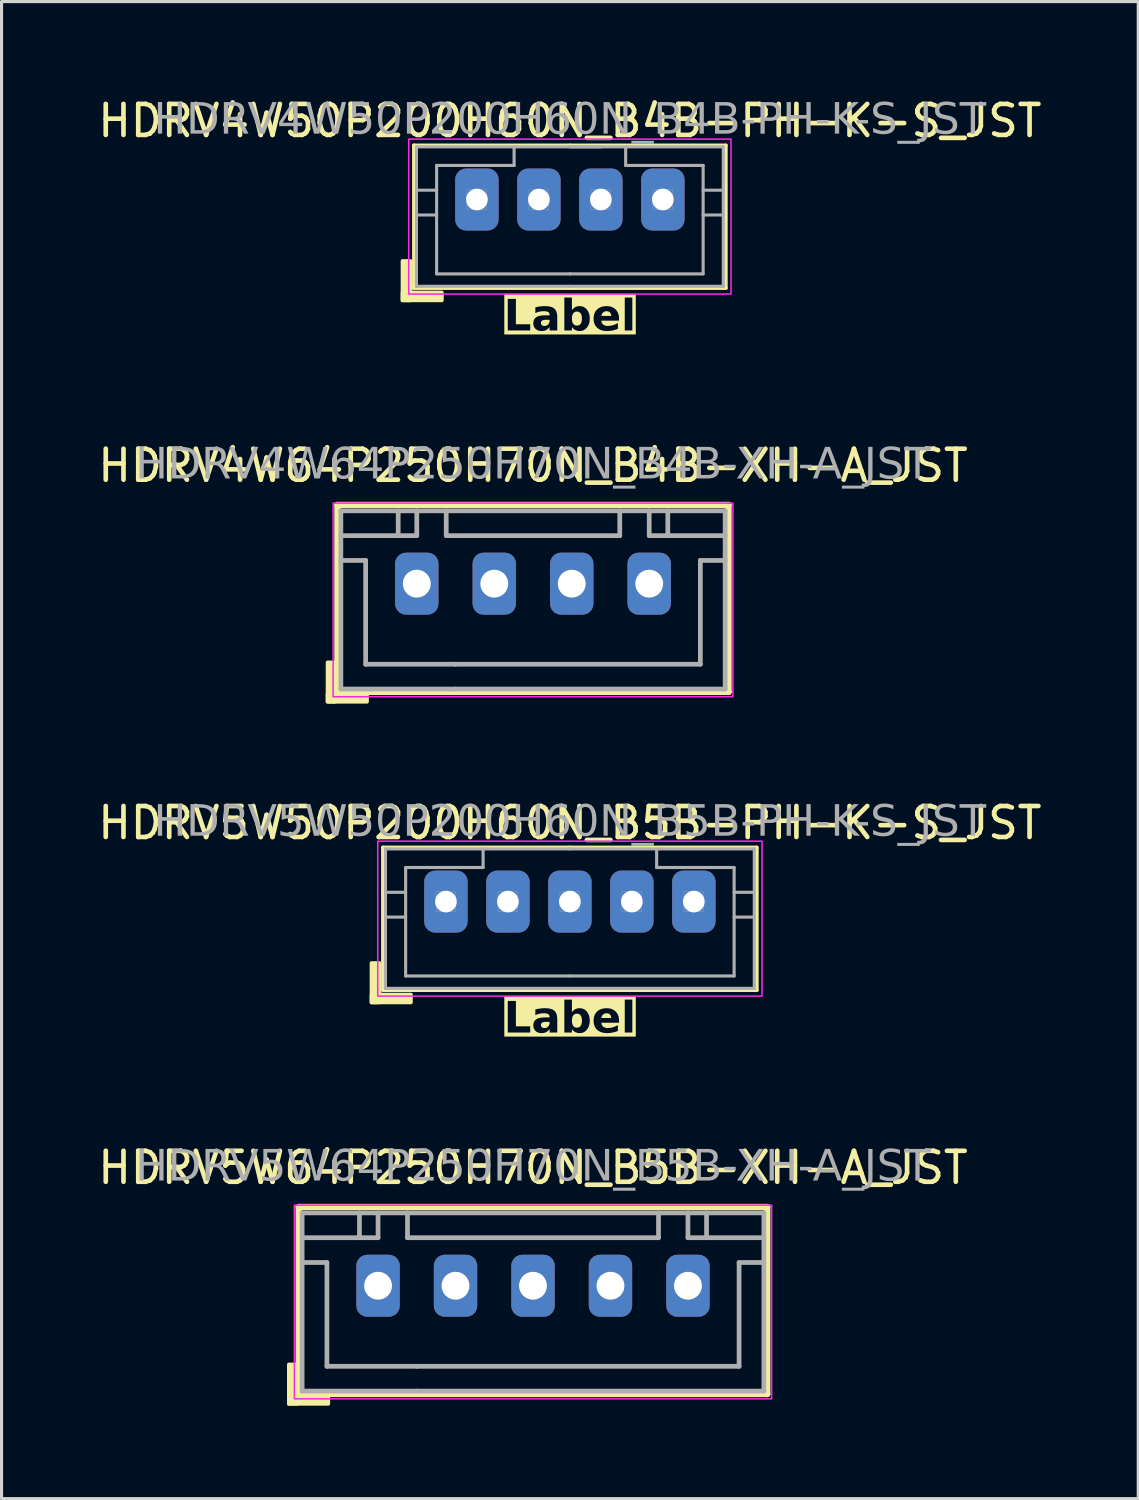
<source format=kicad_pcb>
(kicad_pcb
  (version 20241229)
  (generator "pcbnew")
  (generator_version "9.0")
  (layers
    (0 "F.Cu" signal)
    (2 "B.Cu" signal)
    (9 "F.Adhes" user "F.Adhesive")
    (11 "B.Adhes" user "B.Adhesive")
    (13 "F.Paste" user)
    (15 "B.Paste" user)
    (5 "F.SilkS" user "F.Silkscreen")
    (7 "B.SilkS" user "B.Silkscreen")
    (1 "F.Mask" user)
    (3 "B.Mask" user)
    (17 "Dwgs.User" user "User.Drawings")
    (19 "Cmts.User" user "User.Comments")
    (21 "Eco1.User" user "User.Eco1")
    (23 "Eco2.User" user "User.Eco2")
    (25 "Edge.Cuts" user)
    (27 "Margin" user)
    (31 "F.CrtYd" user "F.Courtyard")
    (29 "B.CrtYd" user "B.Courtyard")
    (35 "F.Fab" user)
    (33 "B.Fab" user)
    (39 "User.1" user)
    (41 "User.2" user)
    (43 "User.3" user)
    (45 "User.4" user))
  (footprint "HDRV5W50P200H60N_B5B-PH-K-S_JST"
    (layer "F.Cu")
    (at 15.339 26.043)
    (property "Reference" "HDRV5W50P200H60N_B5B-PH-K-S_JST" (at 0 -2.54 0) (layer "F.SilkS") (effects (font (size 1 1) (thickness 0.15))))
    (property "Label" "Label" (at 0 3.81 0) (layer "F.SilkS" knockout) (effects (font (face "Tahoma") (size 1 1) (thickness 0.2) (bold yes))))
    (attr through_hole)
    (fp_line (start -6.032 2.857) (end -6.032 -1.746) (stroke (width 0.12) (type solid)) (layer "F.SilkS"))
    (fp_line (start -6.032 2.857) (end 0 2.857) (stroke (width 0.12) (type solid)) (layer "F.SilkS"))
    (fp_line (start 0 -1.746) (end -6.032 -1.746) (stroke (width 0.12) (type solid)) (layer "F.SilkS"))
    (fp_line (start 0 -1.746) (end 6.032 -1.746) (stroke (width 0.12) (type solid)) (layer "F.SilkS"))
    (fp_line (start 6.032 2.857) (end 0 2.857) (stroke (width 0.12) (type solid)) (layer "F.SilkS"))
    (fp_line (start 6.032 2.857) (end 6.032 -1.746) (stroke (width 0.12) (type solid)) (layer "F.SilkS"))
    (fp_rect (start -6.146 1.984) (end -6.4 3.254) (stroke (width 0.12) (type solid)) (fill yes) (layer "F.SilkS"))
    (fp_rect (start -5.13 3.254) (end -6.4 3) (stroke (width 0.12) (type solid)) (fill yes) (layer "F.SilkS"))
    (fp_rect (start -6.2 -1.95) (end 6.2 3.05) (stroke (width 0.05) (type default)) (fill no) (layer "F.CrtYd"))
    (fp_line (start -5.95 -1.7) (end -5.95 2.8) (stroke (width 0.1) (type solid)) (layer "F.Fab"))
    (fp_line (start -5.95 -1.7) (end 0 -1.7) (stroke (width 0.1) (type solid)) (layer "F.Fab"))
    (fp_line (start -5.95 -0.3) (end -5.3 -0.3) (stroke (width 0.1) (type solid)) (layer "F.Fab"))
    (fp_line (start -5.95 0.5) (end -5.3 0.5) (stroke (width 0.1) (type solid)) (layer "F.Fab"))
    (fp_line (start -5.3 -1.1) (end -5.3 2.4) (stroke (width 0.1) (type solid)) (layer "F.Fab"))
    (fp_line (start -2.8 -1.1) (end -5.3 -1.1) (stroke (width 0.1) (type solid)) (layer "F.Fab"))
    (fp_line (start -2.8 -1.1) (end -2.8 -1.7) (stroke (width 0.1) (type solid)) (layer "F.Fab"))
    (fp_line (start 0 2.4) (end -5.3 2.4) (stroke (width 0.1) (type solid)) (layer "F.Fab"))
    (fp_line (start 0 2.4) (end 5.3 2.4) (stroke (width 0.1) (type solid)) (layer "F.Fab"))
    (fp_line (start 0 2.8) (end -5.95 2.8) (stroke (width 0.1) (type solid)) (layer "F.Fab"))
    (fp_line (start 0 2.8) (end 5.95 2.8) (stroke (width 0.1) (type solid)) (layer "F.Fab"))
    (fp_line (start 2.8 -1.1) (end 2.8 -1.7) (stroke (width 0.1) (type solid)) (layer "F.Fab"))
    (fp_line (start 2.8 -1.1) (end 5.3 -1.1) (stroke (width 0.1) (type solid)) (layer "F.Fab"))
    (fp_line (start 5.3 -1.1) (end 5.3 2.4) (stroke (width 0.1) (type solid)) (layer "F.Fab"))
    (fp_line (start 5.95 -1.7) (end 0 -1.7) (stroke (width 0.1) (type solid)) (layer "F.Fab"))
    (fp_line (start 5.95 -1.7) (end 5.95 2.8) (stroke (width 0.1) (type solid)) (layer "F.Fab"))
    (fp_line (start 5.95 -0.3) (end 5.3 -0.3) (stroke (width 0.1) (type solid)) (layer "F.Fab"))
    (fp_line (start 5.95 0.5) (end 5.3 0.5) (stroke (width 0.1) (type solid)) (layer "F.Fab"))
    (fp_rect (start -4.32 -0.32) (end -3.68 0.32) (stroke (width 0.01) (type solid)) (fill no) (layer "F.Fab"))
    (fp_rect (start -1.68 -0.32) (end -2.32 0.32) (stroke (width 0.01) (type solid)) (fill no) (layer "F.Fab"))
    (fp_rect (start 0.32 -0.32) (end -0.32 0.32) (stroke (width 0.01) (type solid)) (fill no) (layer "F.Fab"))
    (fp_rect (start 2.32 -0.32) (end 1.68 0.32) (stroke (width 0.01) (type solid)) (fill no) (layer "F.Fab"))
    (fp_rect (start 4.32 -0.32) (end 3.68 0.32) (stroke (width 0.01) (type solid)) (fill no) (layer "F.Fab"))
    (fp_text user "${REFERENCE}" (at 0 -2.54 0) (layer "F.Fab") (effects (font (face "Tahoma") (size 1 1) (thickness 0.15))))
    (pad "1" thru_hole roundrect (at -4 0) (size 1.4 2) (drill 0.7) (layers "*.Cu" "*.Mask") (roundrect_rratio 0.25))
    (pad "2" thru_hole roundrect (at -2 0) (size 1.4 2) (drill 0.7) (layers "*.Cu" "*.Mask") (roundrect_rratio 0.25))
    (pad "3" thru_hole roundrect (at 0 0) (size 1.4 2) (drill 0.7) (layers "*.Cu" "*.Mask") (roundrect_rratio 0.25))
    (pad "4" thru_hole roundrect (at 2 0) (size 1.4 2) (drill 0.7) (layers "*.Cu" "*.Mask") (roundrect_rratio 0.25))
    (pad "5" thru_hole roundrect (at 4 0) (size 1.4 2) (drill 0.7) (layers "*.Cu" "*.Mask") (roundrect_rratio 0.25)))
  (footprint "HDRV5W64P250H70N_B5B-XH-A_JST"
    (layer "F.Cu")
    (at 14.149 38.439)
    (property "Reference" "HDRV5W64P250H70N_B5B-XH-A_JST" (at 0 -3.81 0) (layer "F.SilkS") (effects (font (size 1 1) (thickness 0.15))))
    (attr through_hole exclude_from_pos_files exclude_from_bom)
    (fp_line (start -7.56 -2.54) (end 7.56 -2.54) (stroke (width 0.203) (type solid)) (layer "F.SilkS"))
    (fp_line (start -7.56 3.493) (end -7.56 -2.54) (stroke (width 0.203) (type solid)) (layer "F.SilkS"))
    (fp_line (start 7.56 3.493) (end -7.56 3.493) (stroke (width 0.203) (type solid)) (layer "F.SilkS"))
    (fp_line (start 7.56 3.493) (end 7.56 -2.54) (stroke (width 0.203) (type solid)) (layer "F.SilkS"))
    (fp_rect (start -7.623 2.54) (end -7.878 3.81) (stroke (width 0.12) (type solid)) (fill yes) (layer "F.SilkS"))
    (fp_rect (start -6.607 3.81) (end -7.878 3.556) (stroke (width 0.12) (type solid)) (fill yes) (layer "F.SilkS"))
    (fp_rect (start -7.7 -2.6) (end 7.7 3.65) (stroke (width 0.05) (type default)) (fill no) (layer "F.CrtYd"))
    (fp_line (start -7.45 -2.35) (end -7.45 3.4) (stroke (width 0.152) (type solid)) (layer "F.Fab"))
    (fp_line (start -7.45 -0.75) (end -6.65 -0.75) (stroke (width 0.152) (type solid)) (layer "F.Fab"))
    (fp_line (start -6.65 -0.75) (end -6.65 2.6) (stroke (width 0.152) (type solid)) (layer "F.Fab"))
    (fp_line (start -5.6 -1.55) (end -5.6 -2.35) (stroke (width 0.152) (type solid)) (layer "F.Fab"))
    (fp_line (start -5 -1.55) (end -7.45 -1.55) (stroke (width 0.152) (type solid)) (layer "F.Fab"))
    (fp_line (start -5 -1.55) (end -5 -2.35) (stroke (width 0.152) (type solid)) (layer "F.Fab"))
    (fp_line (start -4.05 -1.55) (end -4.05 -2.35) (stroke (width 0.152) (type solid)) (layer "F.Fab"))
    (fp_line (start -4.05 -1.55) (end 4.05 -1.55) (stroke (width 0.152) (type solid)) (layer "F.Fab"))
    (fp_line (start -3.75 2.6) (end -6.65 2.6) (stroke (width 0.152) (type solid)) (layer "F.Fab"))
    (fp_line (start -3.75 2.6) (end 6.65 2.6) (stroke (width 0.152) (type solid)) (layer "F.Fab"))
    (fp_line (start -3.75 3.4) (end -7.45 3.4) (stroke (width 0.152) (type solid)) (layer "F.Fab"))
    (fp_line (start -3.75 3.4) (end 7.45 3.4) (stroke (width 0.152) (type solid)) (layer "F.Fab"))
    (fp_line (start 4.05 -2.35) (end 4.05 -1.55) (stroke (width 0.152) (type solid)) (layer "F.Fab"))
    (fp_line (start 5 -1.55) (end 5 -2.35) (stroke (width 0.152) (type solid)) (layer "F.Fab"))
    (fp_line (start 5 -1.55) (end 7.45 -1.55) (stroke (width 0.152) (type solid)) (layer "F.Fab"))
    (fp_line (start 5.6 -1.55) (end 5.6 -2.35) (stroke (width 0.152) (type solid)) (layer "F.Fab"))
    (fp_line (start 6.65 -0.75) (end 6.65 2.6) (stroke (width 0.152) (type solid)) (layer "F.Fab"))
    (fp_line (start 7.45 -2.35) (end -7.45 -2.35) (stroke (width 0.152) (type solid)) (layer "F.Fab"))
    (fp_line (start 7.45 -2.35) (end 7.45 3.4) (stroke (width 0.152) (type solid)) (layer "F.Fab"))
    (fp_line (start 7.45 -0.75) (end 6.65 -0.75) (stroke (width 0.152) (type solid)) (layer "F.Fab"))
    (fp_rect (start -5.32 -0.32) (end -4.68 0.32) (stroke (width 0.01) (type solid)) (fill no) (layer "F.Fab"))
    (fp_rect (start -2.18 -0.32) (end -2.82 0.32) (stroke (width 0.01) (type solid)) (fill no) (layer "F.Fab"))
    (fp_rect (start 0.32 -0.32) (end -0.32 0.32) (stroke (width 0.01) (type solid)) (fill no) (layer "F.Fab"))
    (fp_rect (start 2.82 -0.32) (end 2.18 0.32) (stroke (width 0.01) (type solid)) (fill no) (layer "F.Fab"))
    (fp_rect (start 5.32 -0.32) (end 4.68 0.32) (stroke (width 0.01) (type solid)) (fill no) (layer "F.Fab"))
    (fp_text user "${REFERENCE}" (at 0 -3.81 0) (layer "F.Fab") (effects (font (face "Tahoma") (size 1 1) (thickness 0.15))))
    (pad "1" thru_hole roundrect (at -5 0) (size 1.4 2) (drill 0.9) (layers "*.Cu" "*.Mask") (roundrect_rratio 0.25))
    (pad "2" thru_hole roundrect (at -2.5 0) (size 1.4 2) (drill 0.9) (layers "*.Cu" "*.Mask") (roundrect_rratio 0.25))
    (pad "3" thru_hole roundrect (at 0 0) (size 1.4 2) (drill 0.9) (layers "*.Cu" "*.Mask") (roundrect_rratio 0.25))
    (pad "4" thru_hole roundrect (at 2.5 0) (size 1.4 2) (drill 0.9) (layers "*.Cu" "*.Mask") (roundrect_rratio 0.25))
    (pad "5" thru_hole roundrect (at 5 0) (size 1.4 2) (drill 0.9) (layers "*.Cu" "*.Mask") (roundrect_rratio 0.25)))
  (footprint "HDRV4W50P200H60N_B4B-PH-K-S_JST"
    (layer "F.Cu")
    (at 15.339 3.388)
    (property "Reference" "HDRV4W50P200H60N_B4B-PH-K-S_JST" (at 0 -2.54 0) (layer "F.SilkS") (effects (font (size 1 1) (thickness 0.15))))
    (property "Label" "Label" (at 0 3.81 0) (layer "F.SilkS" knockout) (effects (font (face "Tahoma") (size 1 1) (thickness 0.2) (bold yes))))
    (attr through_hole)
    (fp_line (start -5.032 2.857) (end -5.032 -1.746) (stroke (width 0.12) (type solid)) (layer "F.SilkS"))
    (fp_line (start -5.032 2.857) (end 0 2.857) (stroke (width 0.12) (type solid)) (layer "F.SilkS"))
    (fp_line (start 0 -1.746) (end -5.032 -1.746) (stroke (width 0.12) (type solid)) (layer "F.SilkS"))
    (fp_line (start 0 -1.746) (end 5.032 -1.746) (stroke (width 0.12) (type solid)) (layer "F.SilkS"))
    (fp_line (start 5.032 2.857) (end 0 2.857) (stroke (width 0.12) (type solid)) (layer "F.SilkS"))
    (fp_line (start 5.032 2.857) (end 5.032 -1.746) (stroke (width 0.12) (type solid)) (layer "F.SilkS"))
    (fp_rect (start -5.146 1.984) (end -5.4 3.254) (stroke (width 0.12) (type solid)) (fill yes) (layer "F.SilkS"))
    (fp_rect (start -4.13 3.254) (end -5.4 3) (stroke (width 0.12) (type solid)) (fill yes) (layer "F.SilkS"))
    (fp_rect (start -5.2 -1.95) (end 5.2 3.05) (stroke (width 0.05) (type default)) (fill no) (layer "F.CrtYd"))
    (fp_line (start -4.95 -1.7) (end -4.95 2.8) (stroke (width 0.1) (type solid)) (layer "F.Fab"))
    (fp_line (start -4.95 -1.7) (end 1 -1.7) (stroke (width 0.1) (type solid)) (layer "F.Fab"))
    (fp_line (start -4.95 -0.3) (end -4.3 -0.3) (stroke (width 0.1) (type solid)) (layer "F.Fab"))
    (fp_line (start -4.95 0.5) (end -4.3 0.5) (stroke (width 0.1) (type solid)) (layer "F.Fab"))
    (fp_line (start -4.3 -1.1) (end -4.3 2.4) (stroke (width 0.1) (type solid)) (layer "F.Fab"))
    (fp_line (start -1.8 -1.1) (end -4.3 -1.1) (stroke (width 0.1) (type solid)) (layer "F.Fab"))
    (fp_line (start -1.8 -1.1) (end -1.8 -1.7) (stroke (width 0.1) (type solid)) (layer "F.Fab"))
    (fp_line (start 0 2.4) (end -4.3 2.4) (stroke (width 0.1) (type solid)) (layer "F.Fab"))
    (fp_line (start 0 2.4) (end 4.3 2.4) (stroke (width 0.1) (type solid)) (layer "F.Fab"))
    (fp_line (start 0 2.8) (end -4.95 2.8) (stroke (width 0.1) (type solid)) (layer "F.Fab"))
    (fp_line (start 0 2.8) (end 4.95 2.8) (stroke (width 0.1) (type solid)) (layer "F.Fab"))
    (fp_line (start 1.8 -1.1) (end 1.8 -1.7) (stroke (width 0.1) (type solid)) (layer "F.Fab"))
    (fp_line (start 1.8 -1.1) (end 4.3 -1.1) (stroke (width 0.1) (type solid)) (layer "F.Fab"))
    (fp_line (start 4.3 -1.1) (end 4.3 2.4) (stroke (width 0.1) (type solid)) (layer "F.Fab"))
    (fp_line (start 4.95 -1.7) (end 0 -1.7) (stroke (width 0.1) (type solid)) (layer "F.Fab"))
    (fp_line (start 4.95 -1.7) (end 4.95 2.8) (stroke (width 0.1) (type solid)) (layer "F.Fab"))
    (fp_line (start 4.95 -0.3) (end 4.3 -0.3) (stroke (width 0.1) (type solid)) (layer "F.Fab"))
    (fp_line (start 4.95 0.5) (end 4.3 0.5) (stroke (width 0.1) (type solid)) (layer "F.Fab"))
    (fp_rect (start -3.32 -0.32) (end -2.68 0.32) (stroke (width 0.01) (type solid)) (fill no) (layer "F.Fab"))
    (fp_rect (start -0.68 -0.32) (end -1.32 0.32) (stroke (width 0.01) (type solid)) (fill no) (layer "F.Fab"))
    (fp_rect (start 1.32 -0.32) (end 0.68 0.32) (stroke (width 0.01) (type solid)) (fill no) (layer "F.Fab"))
    (fp_rect (start 3.32 -0.32) (end 2.68 0.32) (stroke (width 0.01) (type solid)) (fill no) (layer "F.Fab"))
    (fp_text user "${REFERENCE}" (at 0 -2.54 0) (layer "F.Fab") (effects (font (face "Tahoma") (size 1 1) (thickness 0.15))))
    (pad "1" thru_hole roundrect (at -3 0) (size 1.4 2) (drill 0.7) (layers "*.Cu" "*.Mask") (roundrect_rratio 0.25))
    (pad "2" thru_hole roundrect (at -1 0) (size 1.4 2) (drill 0.7) (layers "*.Cu" "*.Mask") (roundrect_rratio 0.25))
    (pad "3" thru_hole roundrect (at 1 0) (size 1.4 2) (drill 0.7) (layers "*.Cu" "*.Mask") (roundrect_rratio 0.25))
    (pad "4" thru_hole roundrect (at 3 0) (size 1.4 2) (drill 0.7) (layers "*.Cu" "*.Mask") (roundrect_rratio 0.25)))
  (footprint "HDRV4W64P250H70N_B4B-XH-A_JST"
    (layer "F.Cu")
    (at 14.149 15.784)
    (property "Reference" "HDRV4W64P250H70N_B4B-XH-A_JST" (at 0 -3.81 0) (layer "F.SilkS") (effects (font (size 1 1) (thickness 0.15))))
    (attr through_hole exclude_from_pos_files exclude_from_bom)
    (fp_line (start -6.31 -2.54) (end 6.31 -2.54) (stroke (width 0.203) (type solid)) (layer "F.SilkS"))
    (fp_line (start -6.31 3.493) (end -6.31 -2.54) (stroke (width 0.203) (type solid)) (layer "F.SilkS"))
    (fp_line (start 6.31 3.493) (end -6.31 3.493) (stroke (width 0.203) (type solid)) (layer "F.SilkS"))
    (fp_line (start 6.31 3.493) (end 6.31 -2.54) (stroke (width 0.203) (type solid)) (layer "F.SilkS"))
    (fp_rect (start -6.373 2.54) (end -6.628 3.81) (stroke (width 0.12) (type solid)) (fill yes) (layer "F.SilkS"))
    (fp_rect (start -5.357 3.81) (end -6.628 3.556) (stroke (width 0.12) (type solid)) (fill yes) (layer "F.SilkS"))
    (fp_rect (start -6.45 -2.6) (end 6.45 3.65) (stroke (width 0.05) (type default)) (fill no) (layer "F.CrtYd"))
    (fp_line (start -6.2 -2.35) (end -6.2 3.4) (stroke (width 0.152) (type solid)) (layer "F.Fab"))
    (fp_line (start -6.2 -0.75) (end -5.4 -0.75) (stroke (width 0.152) (type solid)) (layer "F.Fab"))
    (fp_line (start -5.4 -0.75) (end -5.4 2.6) (stroke (width 0.152) (type solid)) (layer "F.Fab"))
    (fp_line (start -4.35 -1.55) (end -4.35 -2.35) (stroke (width 0.152) (type solid)) (layer "F.Fab"))
    (fp_line (start -3.75 -1.55) (end -6.2 -1.55) (stroke (width 0.152) (type solid)) (layer "F.Fab"))
    (fp_line (start -3.75 -1.55) (end -3.75 -2.35) (stroke (width 0.152) (type solid)) (layer "F.Fab"))
    (fp_line (start -2.8 -1.55) (end -2.8 -2.35) (stroke (width 0.152) (type solid)) (layer "F.Fab"))
    (fp_line (start -2.8 -1.55) (end 2.8 -1.55) (stroke (width 0.152) (type solid)) (layer "F.Fab"))
    (fp_line (start -2.5 2.6) (end -5.4 2.6) (stroke (width 0.152) (type solid)) (layer "F.Fab"))
    (fp_line (start -2.5 2.6) (end 5.4 2.6) (stroke (width 0.152) (type solid)) (layer "F.Fab"))
    (fp_line (start -2.5 3.4) (end -6.2 3.4) (stroke (width 0.152) (type solid)) (layer "F.Fab"))
    (fp_line (start -2.5 3.4) (end 6.2 3.4) (stroke (width 0.152) (type solid)) (layer "F.Fab"))
    (fp_line (start 2.8 -1.55) (end 2.8 -2.35) (stroke (width 0.152) (type solid)) (layer "F.Fab"))
    (fp_line (start 3.75 -1.55) (end 3.75 -2.35) (stroke (width 0.152) (type solid)) (layer "F.Fab"))
    (fp_line (start 3.75 -1.55) (end 6.2 -1.55) (stroke (width 0.152) (type solid)) (layer "F.Fab"))
    (fp_line (start 4.35 -1.55) (end 4.35 -2.35) (stroke (width 0.152) (type solid)) (layer "F.Fab"))
    (fp_line (start 5.4 -0.75) (end 5.4 2.6) (stroke (width 0.152) (type solid)) (layer "F.Fab"))
    (fp_line (start 6.2 -2.35) (end -6.2 -2.35) (stroke (width 0.152) (type solid)) (layer "F.Fab"))
    (fp_line (start 6.2 -2.35) (end 6.2 3.4) (stroke (width 0.152) (type solid)) (layer "F.Fab"))
    (fp_line (start 6.2 -0.75) (end 5.4 -0.75) (stroke (width 0.152) (type solid)) (layer "F.Fab"))
    (fp_rect (start -4.07 -0.32) (end -3.43 0.32) (stroke (width 0.01) (type solid)) (fill no) (layer "F.Fab"))
    (fp_rect (start -0.93 -0.32) (end -1.57 0.32) (stroke (width 0.01) (type solid)) (fill no) (layer "F.Fab"))
    (fp_rect (start 1.57 -0.32) (end 0.93 0.32) (stroke (width 0.01) (type solid)) (fill no) (layer "F.Fab"))
    (fp_rect (start 4.07 -0.32) (end 3.43 0.32) (stroke (width 0.01) (type solid)) (fill no) (layer "F.Fab"))
    (fp_text user "${REFERENCE}" (at 0 -3.81 0) (layer "F.Fab") (effects (font (face "Tahoma") (size 1 1) (thickness 0.15))))
    (pad "1" thru_hole roundrect (at -3.75 0) (size 1.4 2) (drill 0.9) (layers "*.Cu" "*.Mask") (roundrect_rratio 0.25))
    (pad "2" thru_hole roundrect (at -1.25 0) (size 1.4 2) (drill 0.9) (layers "*.Cu" "*.Mask") (roundrect_rratio 0.25))
    (pad "3" thru_hole roundrect (at 1.25 0) (size 1.4 2) (drill 0.9) (layers "*.Cu" "*.Mask") (roundrect_rratio 0.25))
    (pad "4" thru_hole roundrect (at 3.75 0) (size 1.4 2) (drill 0.9) (layers "*.Cu" "*.Mask") (roundrect_rratio 0.25)))
  (gr_rect
    (start -3 -3)
    (end 33.679 45.309)
    (stroke (width 0.1) (type default))
    (fill no)
    (layer "Edge.Cuts")))
</source>
